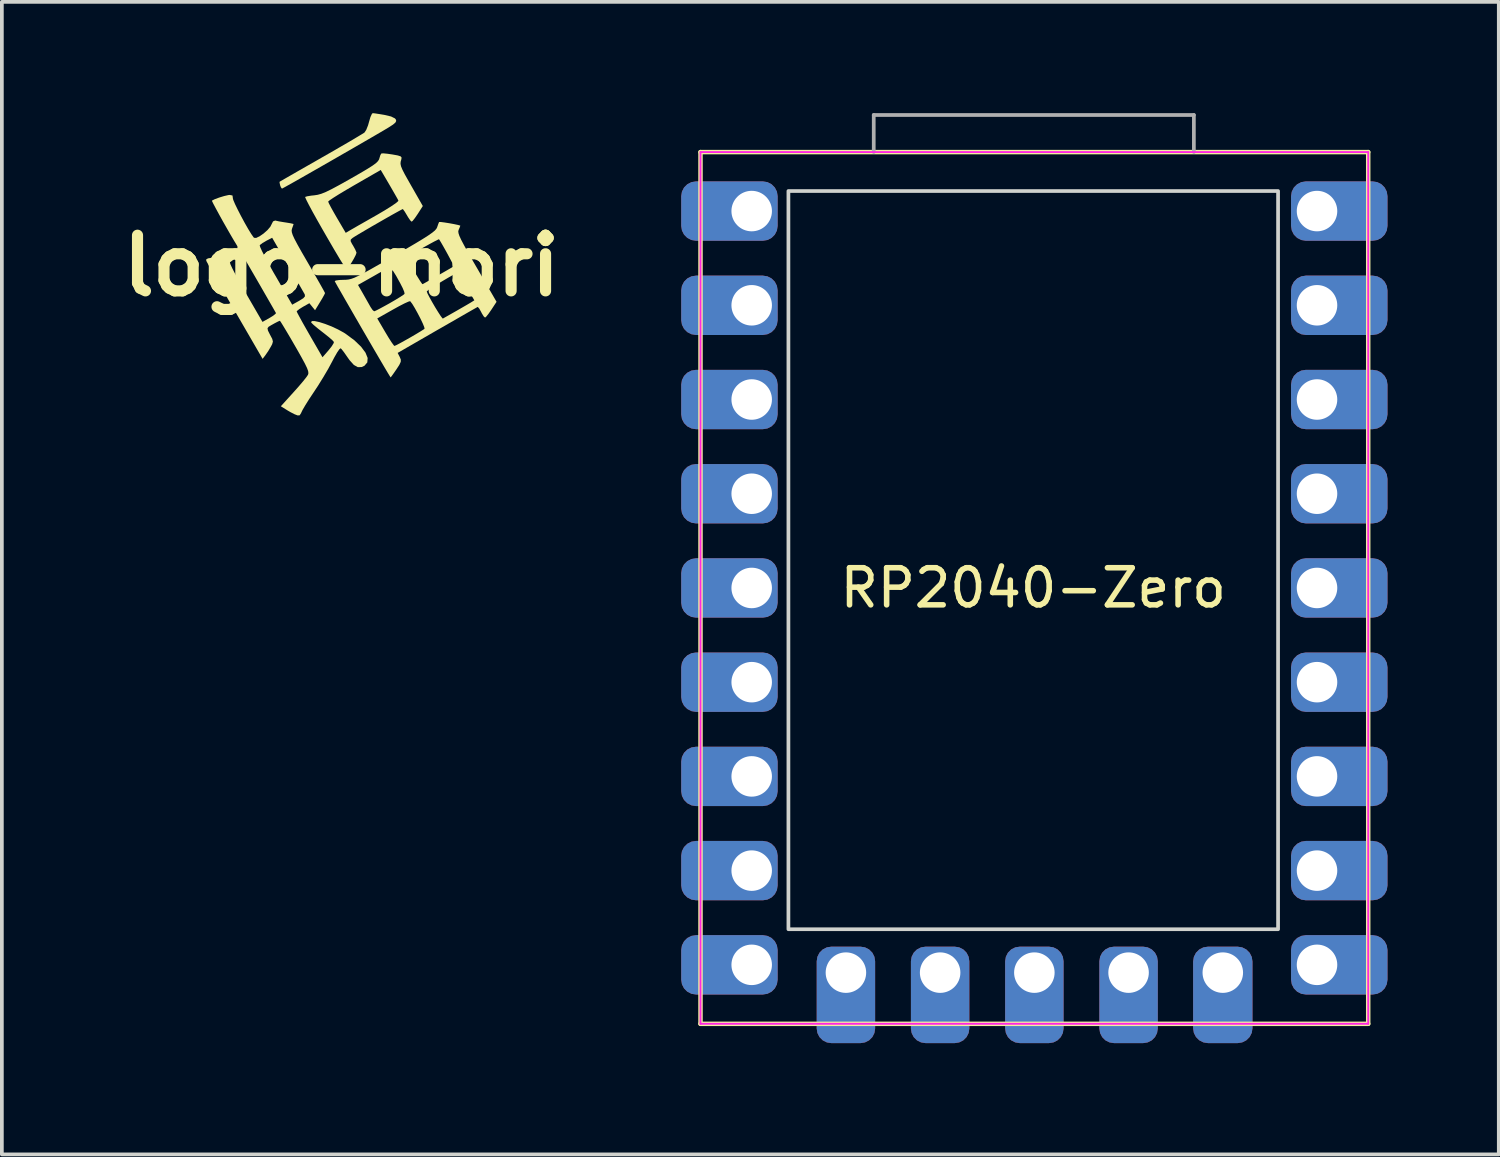
<source format=kicad_pcb>
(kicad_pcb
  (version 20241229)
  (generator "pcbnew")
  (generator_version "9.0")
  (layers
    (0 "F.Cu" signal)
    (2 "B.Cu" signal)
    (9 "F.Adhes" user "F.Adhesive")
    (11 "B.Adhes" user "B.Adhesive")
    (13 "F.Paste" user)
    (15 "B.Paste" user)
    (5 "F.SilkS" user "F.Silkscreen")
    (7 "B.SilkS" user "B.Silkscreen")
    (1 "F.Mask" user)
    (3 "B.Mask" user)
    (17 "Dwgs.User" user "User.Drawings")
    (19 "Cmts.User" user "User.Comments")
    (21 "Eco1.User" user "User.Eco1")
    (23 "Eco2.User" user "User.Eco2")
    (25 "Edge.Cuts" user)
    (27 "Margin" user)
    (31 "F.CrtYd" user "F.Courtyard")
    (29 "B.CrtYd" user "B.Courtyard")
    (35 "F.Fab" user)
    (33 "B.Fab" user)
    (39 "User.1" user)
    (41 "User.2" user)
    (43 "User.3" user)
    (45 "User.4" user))
  (footprint "RP2040-Zero"
    (layer "F.Cu")
    (at 24.804 12.8)
    (property "Reference" "RP2040-Zero" (at 0 0 0) (layer "F.SilkS") (effects (font (size 1 1) (thickness 0.15))))
    (attr through_hole)
    (fp_line (start -8.97 -11.75) (end -8.97 11.75) (stroke (width 0.12) (type solid)) (layer "F.SilkS"))
    (fp_line (start -8.97 11.75) (end 9.03 11.75) (stroke (width 0.12) (type solid)) (layer "F.SilkS"))
    (fp_line (start 9.03 -11.75) (end -8.97 -11.75) (stroke (width 0.12) (type solid)) (layer "F.SilkS"))
    (fp_line (start 9.03 11.75) (end 9.03 -11.75) (stroke (width 0.12) (type solid)) (layer "F.SilkS"))
    (fp_rect (start -6.6 -10.7) (end 6.6 9.2) (stroke (width 0.1) (type default)) (fill no) (layer "Edge.Cuts"))
    (fp_line (start -8.97 -11.75) (end 9.03 -11.75) (stroke (width 0.05) (type solid)) (layer "F.CrtYd"))
    (fp_line (start -8.97 11.75) (end -8.97 -11.75) (stroke (width 0.05) (type solid)) (layer "F.CrtYd"))
    (fp_line (start 9.03 -11.75) (end 9.03 11.75) (stroke (width 0.05) (type solid)) (layer "F.CrtYd"))
    (fp_line (start 9.03 11.75) (end -8.97 11.75) (stroke (width 0.05) (type solid)) (layer "F.CrtYd"))
    (fp_line (start -4.3 -12.75) (end -4.3 -11.75) (stroke (width 0.1) (type solid)) (layer "F.Fab"))
    (fp_line (start -4.3 -12.75) (end 4.33 -12.75) (stroke (width 0.1) (type solid)) (layer "F.Fab"))
    (fp_line (start 4.33 -12.75) (end 4.33 -11.75) (stroke (width 0.1) (type solid)) (layer "F.Fab"))
    (pad "1" thru_hole roundrect (at 7.65 -10.16) (size 2.6 1.6) (drill 1.092 (offset 0.6 0)) (layers "*.Cu" "*.Mask") (roundrect_rratio 0.25))
    (pad "2" thru_hole roundrect (at 7.65 -7.62) (size 2.6 1.6) (drill 1.092 (offset 0.6 0)) (layers "*.Cu" "*.Mask") (roundrect_rratio 0.25))
    (pad "3" thru_hole roundrect (at 7.65 -5.08) (size 2.6 1.6) (drill 1.092 (offset 0.6 0)) (layers "*.Cu" "*.Mask") (roundrect_rratio 0.25))
    (pad "4" thru_hole roundrect (at 7.65 -2.54) (size 2.6 1.6) (drill 1.092 (offset 0.6 0)) (layers "*.Cu" "*.Mask") (roundrect_rratio 0.25))
    (pad "5" thru_hole roundrect (at 7.65 0) (size 2.6 1.6) (drill 1.092 (offset 0.6 0)) (layers "*.Cu" "*.Mask") (roundrect_rratio 0.25))
    (pad "6" thru_hole roundrect (at 7.65 2.54) (size 2.6 1.6) (drill 1.092 (offset 0.6 0)) (layers "*.Cu" "*.Mask") (roundrect_rratio 0.25))
    (pad "7" thru_hole roundrect (at 7.65 5.08) (size 2.6 1.6) (drill 1.092 (offset 0.6 0)) (layers "*.Cu" "*.Mask") (roundrect_rratio 0.25))
    (pad "8" thru_hole roundrect (at 7.65 7.62) (size 2.6 1.6) (drill 1.092 (offset 0.6 0)) (layers "*.Cu" "*.Mask") (roundrect_rratio 0.25))
    (pad "9" thru_hole roundrect (at 7.65 10.16) (size 2.6 1.6) (drill 1.092 (offset 0.6 0)) (layers "*.Cu" "*.Mask") (roundrect_rratio 0.25))
    (pad "10" thru_hole roundrect (at 5.11 10.37) (size 1.6 2.6) (drill 1.092 (offset 0 0.6)) (layers "*.Cu" "*.Mask") (roundrect_rratio 0.25))
    (pad "11" thru_hole roundrect (at 2.57 10.37) (size 1.575 2.6) (drill 1.092 (offset 0 0.6)) (layers "*.Cu" "*.Mask") (roundrect_rratio 0.25))
    (pad "12" thru_hole roundrect (at 0.03 10.37) (size 1.575 2.6) (drill 1.092 (offset 0 0.6)) (layers "*.Cu" "*.Mask") (roundrect_rratio 0.25))
    (pad "13" thru_hole roundrect (at -2.51 10.37) (size 1.575 2.6) (drill 1.092 (offset 0 0.6)) (layers "*.Cu" "*.Mask") (roundrect_rratio 0.25))
    (pad "14" thru_hole roundrect (at -5.05 10.37) (size 1.575 2.6) (drill 1.092 (offset 0 0.6)) (layers "*.Cu" "*.Mask") (roundrect_rratio 0.25))
    (pad "15" thru_hole roundrect (at -7.59 10.16) (size 2.6 1.6) (drill 1.092 (offset -0.6 0)) (layers "*.Cu" "*.Mask") (roundrect_rratio 0.25))
    (pad "16" thru_hole roundrect (at -7.59 7.62) (size 2.6 1.6) (drill 1.092 (offset -0.6 0)) (layers "*.Cu" "*.Mask") (roundrect_rratio 0.25))
    (pad "17" thru_hole roundrect (at -7.59 5.08) (size 2.6 1.6) (drill 1.092 (offset -0.6 0)) (layers "*.Cu" "*.Mask") (roundrect_rratio 0.25))
    (pad "18" thru_hole roundrect (at -7.59 2.54) (size 2.6 1.6) (drill 1.092 (offset -0.6 0)) (layers "*.Cu" "*.Mask") (roundrect_rratio 0.25))
    (pad "19" thru_hole roundrect (at -7.59 -10.16) (size 2.6 1.6) (drill 1.092 (offset -0.6 0)) (layers "*.Cu" "*.Mask") (roundrect_rratio 0.25))
    (pad "20" thru_hole roundrect (at -7.59 -7.62) (size 2.6 1.6) (drill 1.092 (offset -0.6 0)) (layers "*.Cu" "*.Mask") (roundrect_rratio 0.25))
    (pad "21" thru_hole roundrect (at -7.59 -5.08) (size 2.6 1.6) (drill 1.092 (offset -0.6 0)) (layers "*.Cu" "*.Mask") (roundrect_rratio 0.25))
    (pad "22" thru_hole roundrect (at -7.59 0) (size 2.6 1.6) (drill 1.092 (offset -0.6 0)) (layers "*.Cu" "*.Mask") (roundrect_rratio 0.25))
    (pad "23" thru_hole roundrect (at -7.59 -2.54) (size 2.6 1.6) (drill 1.092 (offset -0.6 0)) (layers "*.Cu" "*.Mask") (roundrect_rratio 0.25)))
  (footprint "logo-mori"
    (layer "F.Cu")
    (at 6.157 4.113)
    (property "Reference" "logo-mori" (at 0 0 0) (layer "F.SilkS") (effects (font (size 1.5 1.5) (thickness 0.3))))
    (attr board_only exclude_from_pos_files exclude_from_bom)
    (fp_poly (pts (xy 0.902 -4.106) (xy 1.021 -4.088) (xy 1.153 -4.066) (xy 1.335 -4.023) (xy 1.44 -3.971) (xy 1.464 -3.942) (xy 1.474 -3.902) (xy 1.452 -3.859) (xy 1.388 -3.804) (xy 1.269 -3.727) (xy 1.113 -3.634) (xy 0.885 -3.501) (xy 0.626 -3.351) (xy 0.346 -3.189) (xy 0.054 -3.021) (xy -0.241 -2.851) (xy -0.529 -2.686) (xy -0.802 -2.53) (xy -1.049 -2.389) (xy -1.262 -2.268) (xy -1.432 -2.173) (xy -1.549 -2.108) (xy -1.604 -2.079) (xy -1.606 -2.078) (xy -1.634 -2.113) (xy -1.655 -2.166) (xy -1.671 -2.24) (xy -1.668 -2.265) (xy -1.629 -2.287) (xy -1.526 -2.347) (xy -1.367 -2.438) (xy -1.162 -2.556) (xy -0.92 -2.694) (xy -0.65 -2.848) (xy -0.551 -2.905) (xy -0.271 -3.065) (xy -0.012 -3.215) (xy 0.216 -3.347) (xy 0.401 -3.457) (xy 0.536 -3.538) (xy 0.61 -3.584) (xy 0.619 -3.591) (xy 0.666 -3.662) (xy 0.715 -3.785) (xy 0.742 -3.881) (xy 0.779 -4.007) (xy 0.818 -4.092) (xy 0.841 -4.113)) (stroke (width 0) (type solid)) (fill yes) (layer "F.SilkS"))
    (fp_poly (pts (xy 1.24 -3.018) (xy 1.371 -2.999) (xy 1.515 -2.973) (xy 1.593 -2.948) (xy 1.619 -2.916) (xy 1.612 -2.866) (xy 1.594 -2.803) (xy 1.59 -2.745) (xy 1.604 -2.679) (xy 1.641 -2.589) (xy 1.706 -2.462) (xy 1.806 -2.284) (xy 1.884 -2.147) (xy 2.191 -1.609) (xy 2.056 -1.398) (xy 1.979 -1.286) (xy 1.918 -1.209) (xy 1.89 -1.187) (xy 1.853 -1.221) (xy 1.795 -1.306) (xy 1.765 -1.357) (xy 1.704 -1.458) (xy 1.66 -1.519) (xy 1.65 -1.527) (xy 1.607 -1.506) (xy 1.506 -1.451) (xy 1.36 -1.37) (xy 1.184 -1.27) (xy 0.993 -1.16) (xy 0.799 -1.049) (xy 0.619 -0.943) (xy 0.466 -0.853) (xy 0.354 -0.785) (xy 0.3 -0.75) (xy 0.251 -0.708) (xy 0.244 -0.665) (xy 0.28 -0.592) (xy 0.311 -0.542) (xy 0.369 -0.437) (xy 0.401 -0.36) (xy 0.403 -0.347) (xy 0.382 -0.287) (xy 0.331 -0.188) (xy 0.266 -0.078) (xy 0.201 0.019) (xy 0.152 0.077) (xy 0.141 0.083) (xy 0.106 0.051) (xy 0.043 -0.037) (xy -0.034 -0.159) (xy -0.201 -0.44) (xy -0.364 -0.72) (xy -0.519 -0.989) (xy -0.661 -1.239) (xy -0.783 -1.458) (xy -0.88 -1.639) (xy -0.926 -1.729) (xy -0.36 -1.729) (xy -0.34 -1.679) (xy -0.285 -1.573) (xy -0.204 -1.428) (xy -0.124 -1.289) (xy 0.113 -0.886) (xy 0.247 -0.965) (xy 0.331 -1.013) (xy 0.471 -1.094) (xy 0.653 -1.197) (xy 0.858 -1.314) (xy 0.967 -1.376) (xy 1.164 -1.492) (xy 1.331 -1.596) (xy 1.455 -1.68) (xy 1.523 -1.737) (xy 1.533 -1.755) (xy 1.505 -1.81) (xy 1.443 -1.919) (xy 1.358 -2.067) (xy 1.286 -2.191) (xy 1.057 -2.581) (xy 0.348 -2.173) (xy 0.129 -2.045) (xy -0.063 -1.93) (xy -0.216 -1.834) (xy -0.319 -1.765) (xy -0.36 -1.73) (xy -0.36 -1.729) (xy -0.926 -1.729) (xy -0.947 -1.77) (xy -0.979 -1.843) (xy -0.98 -1.854) (xy -0.927 -1.871) (xy -0.818 -1.889) (xy -0.732 -1.898) (xy -0.642 -1.912) (xy -0.543 -1.94) (xy -0.423 -1.988) (xy -0.27 -2.063) (xy -0.072 -2.169) (xy 0.184 -2.312) (xy 0.242 -2.345) (xy 0.502 -2.494) (xy 0.696 -2.609) (xy 0.835 -2.697) (xy 0.928 -2.765) (xy 0.983 -2.82) (xy 1.012 -2.867) (xy 1.019 -2.891) (xy 1.047 -2.982) (xy 1.074 -3.026) (xy 1.128 -3.029)) (stroke (width 0) (type solid)) (fill yes) (layer "F.SilkS"))
    (fp_poly (pts (xy 2.772 -1.166) (xy 2.9 -1.146) (xy 3.031 -1.122) (xy 3.139 -1.099) (xy 3.198 -1.082) (xy 3.202 -1.079) (xy 3.186 -1.034) (xy 3.157 -0.966) (xy 3.147 -0.928) (xy 3.153 -0.877) (xy 3.177 -0.803) (xy 3.226 -0.697) (xy 3.303 -0.551) (xy 3.412 -0.354) (xy 3.558 -0.099) (xy 3.646 0.052) (xy 4.179 0.973) (xy 4.04 1.185) (xy 3.961 1.298) (xy 3.898 1.376) (xy 3.869 1.399) (xy 3.832 1.365) (xy 3.779 1.279) (xy 3.765 1.25) (xy 3.714 1.158) (xy 3.675 1.113) (xy 3.668 1.112) (xy 3.626 1.136) (xy 3.52 1.196) (xy 3.359 1.288) (xy 3.154 1.406) (xy 2.912 1.545) (xy 2.644 1.699) (xy 2.577 1.737) (xy 1.513 2.351) (xy 1.57 2.462) (xy 1.598 2.53) (xy 1.596 2.592) (xy 1.557 2.675) (xy 1.481 2.792) (xy 1.402 2.906) (xy 1.345 2.985) (xy 1.323 3.011) (xy 1.3 2.975) (xy 1.239 2.875) (xy 1.146 2.718) (xy 1.025 2.512) (xy 0.881 2.266) (xy 0.72 1.989) (xy 0.571 1.733) (xy 0.398 1.433) (xy 0.391 1.422) (xy 0.963 1.422) (xy 1.18 1.792) (xy 1.273 1.947) (xy 1.353 2.071) (xy 1.408 2.146) (xy 1.426 2.163) (xy 1.473 2.143) (xy 1.577 2.089) (xy 1.719 2.01) (xy 1.831 1.947) (xy 1.991 1.854) (xy 2.124 1.774) (xy 2.213 1.718) (xy 2.238 1.7) (xy 2.23 1.655) (xy 2.19 1.557) (xy 2.127 1.425) (xy 2.052 1.281) (xy 1.975 1.142) (xy 1.907 1.03) (xy 1.857 0.964) (xy 1.848 0.956) (xy 1.802 0.969) (xy 1.698 1.016) (xy 1.552 1.091) (xy 1.391 1.18) (xy 0.963 1.422) (xy 0.391 1.422) (xy 0.238 1.156) (xy 0.096 0.91) (xy -0.021 0.705) (xy -0.111 0.549) (xy -0.128 0.518) (xy 0.444 0.518) (xy 0.581 0.757) (xy 0.664 0.904) (xy 0.74 1.038) (xy 0.782 1.113) (xy 0.837 1.194) (xy 0.879 1.229) (xy 0.88 1.229) (xy 0.928 1.21) (xy 1.033 1.156) (xy 1.177 1.078) (xy 1.294 1.013) (xy 1.456 0.919) (xy 1.588 0.838) (xy 1.675 0.78) (xy 1.699 0.758) (xy 1.691 0.706) (xy 1.686 0.693) (xy 2.298 0.693) (xy 2.317 0.747) (xy 2.369 0.848) (xy 2.442 0.979) (xy 2.524 1.12) (xy 2.606 1.253) (xy 2.675 1.359) (xy 2.721 1.418) (xy 2.732 1.425) (xy 2.777 1.399) (xy 2.878 1.342) (xy 3.016 1.264) (xy 3.074 1.231) (xy 3.232 1.14) (xy 3.372 1.059) (xy 3.469 1.002) (xy 3.486 0.992) (xy 3.58 0.933) (xy 3.365 0.562) (xy 3.275 0.406) (xy 3.202 0.28) (xy 3.155 0.202) (xy 3.144 0.183) (xy 3.104 0.197) (xy 3.011 0.246) (xy 2.881 0.32) (xy 2.732 0.408) (xy 2.582 0.499) (xy 2.448 0.584) (xy 2.349 0.65) (xy 2.3 0.689) (xy 2.298 0.693) (xy 1.686 0.693) (xy 1.648 0.602) (xy 1.58 0.469) (xy 1.573 0.456) (xy 1.471 0.272) (xy 1.396 0.152) (xy 1.33 0.089) (xy 1.253 0.081) (xy 1.148 0.121) (xy 0.996 0.205) (xy 0.876 0.274) (xy 0.444 0.518) (xy -0.128 0.518) (xy -0.166 0.45) (xy -0.184 0.418) (xy -0.153 0.399) (xy -0.06 0.385) (xy 0.049 0.381) (xy 0.122 0.379) (xy 0.189 0.372) (xy 0.261 0.355) (xy 0.346 0.324) (xy 0.455 0.273) (xy 0.597 0.2) (xy 0.781 0.098) (xy 1.017 -0.036) (xy 1.314 -0.207) (xy 1.358 -0.232) (xy 1.766 -0.232) (xy 1.778 -0.191) (xy 1.823 -0.098) (xy 1.892 0.029) (xy 1.971 0.17) (xy 2.052 0.305) (xy 2.122 0.417) (xy 2.17 0.486) (xy 2.185 0.498) (xy 2.229 0.474) (xy 2.33 0.417) (xy 2.473 0.336) (xy 2.609 0.258) (xy 2.773 0.164) (xy 2.908 0.086) (xy 2.997 0.034) (xy 3.026 0.016) (xy 3.012 -0.021) (xy 2.966 -0.113) (xy 2.899 -0.239) (xy 2.822 -0.381) (xy 2.745 -0.518) (xy 2.679 -0.633) (xy 2.634 -0.704) (xy 2.627 -0.714) (xy 2.59 -0.698) (xy 2.497 -0.651) (xy 2.366 -0.58) (xy 2.215 -0.496) (xy 2.062 -0.41) (xy 1.925 -0.331) (xy 1.821 -0.269) (xy 1.768 -0.233) (xy 1.766 -0.232) (xy 1.358 -0.232) (xy 1.417 -0.266) (xy 1.74 -0.453) (xy 1.997 -0.604) (xy 2.195 -0.724) (xy 2.342 -0.818) (xy 2.446 -0.891) (xy 2.515 -0.948) (xy 2.556 -0.995) (xy 2.578 -1.037) (xy 2.578 -1.039) (xy 2.61 -1.131) (xy 2.63 -1.178) (xy 2.63 -1.179) (xy 2.673 -1.179)) (stroke (width 0) (type solid)) (fill yes) (layer "F.SilkS"))
    (fp_poly (pts (xy -2.94 -1.893) (xy -2.931 -1.837) (xy -2.933 -1.831) (xy -2.919 -1.774) (xy -2.871 -1.661) (xy -2.797 -1.509) (xy -2.708 -1.336) (xy -2.612 -1.158) (xy -2.518 -0.993) (xy -2.435 -0.857) (xy -2.372 -0.767) (xy -2.359 -0.753) (xy -2.302 -0.749) (xy -2.209 -0.793) (xy -2.101 -0.868) (xy -1.997 -0.96) (xy -1.919 -1.052) (xy -1.894 -1.101) (xy -1.846 -1.195) (xy -1.788 -1.218) (xy -1.771 -1.214) (xy -1.685 -1.195) (xy -1.555 -1.173) (xy -1.495 -1.164) (xy -1.378 -1.145) (xy -1.305 -1.128) (xy -1.293 -1.122) (xy -1.307 -1.077) (xy -1.335 -0.998) (xy -1.345 -0.954) (xy -1.34 -0.901) (xy -1.316 -0.826) (xy -1.268 -0.721) (xy -1.19 -0.574) (xy -1.079 -0.376) (xy -0.929 -0.117) (xy -0.911 -0.086) (xy -0.775 0.149) (xy -0.655 0.359) (xy -0.556 0.533) (xy -0.485 0.66) (xy -0.449 0.729) (xy -0.445 0.739) (xy -0.466 0.784) (xy -0.519 0.88) (xy -0.58 0.981) (xy -0.714 1.2) (xy -0.791 1.105) (xy -0.867 1.011) (xy -1.038 1.107) (xy -1.139 1.17) (xy -1.2 1.219) (xy -1.209 1.233) (xy -1.188 1.278) (xy -1.132 1.383) (xy -1.048 1.536) (xy -0.942 1.723) (xy -0.861 1.865) (xy -0.513 2.468) (xy -0.353 2.284) (xy -0.268 2.177) (xy -0.215 2.092) (xy -0.205 2.057) (xy -0.243 2.013) (xy -0.332 1.934) (xy -0.457 1.834) (xy -0.511 1.792) (xy -0.646 1.686) (xy -0.752 1.597) (xy -0.812 1.538) (xy -0.82 1.527) (xy -0.801 1.493) (xy -0.722 1.493) (xy -0.597 1.52) (xy -0.441 1.57) (xy -0.268 1.637) (xy -0.095 1.718) (xy 0.065 1.806) (xy 0.111 1.836) (xy 0.347 2.011) (xy 0.526 2.183) (xy 0.646 2.344) (xy 0.704 2.487) (xy 0.695 2.607) (xy 0.618 2.697) (xy 0.541 2.732) (xy 0.438 2.735) (xy 0.332 2.675) (xy 0.215 2.545) (xy 0.144 2.444) (xy 0.065 2.331) (xy 0.002 2.25) (xy -0.024 2.225) (xy -0.057 2.25) (xy -0.117 2.337) (xy -0.194 2.471) (xy -0.252 2.582) (xy -0.356 2.775) (xy -0.491 3.005) (xy -0.638 3.242) (xy -0.759 3.425) (xy -0.878 3.604) (xy -0.978 3.764) (xy -1.051 3.889) (xy -1.087 3.963) (xy -1.088 3.969) (xy -1.129 4.033) (xy -1.184 4.036) (xy -1.267 4.004) (xy -1.385 3.943) (xy -1.451 3.904) (xy -1.636 3.789) (xy -1.293 3.41) (xy -1.154 3.254) (xy -1.034 3.113) (xy -0.946 3.002) (xy -0.904 2.94) (xy -0.893 2.898) (xy -0.9 2.841) (xy -0.93 2.758) (xy -0.988 2.638) (xy -1.079 2.47) (xy -1.207 2.243) (xy -1.252 2.166) (xy -1.376 1.951) (xy -1.487 1.764) (xy -1.576 1.616) (xy -1.636 1.519) (xy -1.662 1.484) (xy -1.709 1.503) (xy -1.798 1.549) (xy -1.897 1.604) (xy -1.967 1.647) (xy -1.995 1.685) (xy -1.984 1.748) (xy -1.929 1.858) (xy -1.926 1.863) (xy -1.868 1.973) (xy -1.85 2.044) (xy -1.869 2.114) (xy -1.901 2.175) (xy -1.975 2.3) (xy -2.051 2.41) (xy -2.051 2.411) (xy -2.128 2.511) (xy -2.875 1.222) (xy -3.05 0.919) (xy -3.211 0.638) (xy -3.355 0.387) (xy -3.476 0.176) (xy -3.568 0.012) (xy -3.623 -0.088) (xy -3.009 -0.088) (xy -2.996 -0.04) (xy -2.946 0.068) (xy -2.864 0.228) (xy -2.757 0.426) (xy -2.63 0.652) (xy -2.583 0.734) (xy -2.131 1.515) (xy -1.944 1.41) (xy -1.839 1.345) (xy -1.777 1.294) (xy -1.768 1.276) (xy -1.793 1.232) (xy -1.853 1.126) (xy -1.943 0.969) (xy -2.056 0.773) (xy -2.185 0.548) (xy -2.225 0.479) (xy -2.67 -0.289) (xy -2.827 -0.209) (xy -2.931 -0.149) (xy -3 -0.098) (xy -3.009 -0.088) (xy -3.623 -0.088) (xy -3.627 -0.094) (xy -3.647 -0.134) (xy -3.647 -0.172) (xy -3.599 -0.198) (xy -3.489 -0.216) (xy -3.416 -0.223) (xy -3.127 -0.285) (xy -2.966 -0.36) (xy -2.855 -0.428) (xy -2.806 -0.476) (xy -2.806 -0.521) (xy -2.822 -0.55) (xy -2.206 -0.55) (xy -2.193 -0.502) (xy -2.143 -0.392) (xy -2.062 -0.233) (xy -1.955 -0.034) (xy -1.828 0.192) (xy -1.781 0.272) (xy -1.33 1.051) (xy -1.142 0.946) (xy -1.031 0.877) (xy -0.985 0.824) (xy -0.992 0.773) (xy -0.993 0.77) (xy -1.026 0.713) (xy -1.093 0.595) (xy -1.189 0.428) (xy -1.306 0.225) (xy -1.436 -0.000474) (xy -1.451 -0.026) (xy -1.87 -0.753) (xy -2.024 -0.674) (xy -2.128 -0.613) (xy -2.197 -0.561) (xy -2.206 -0.55) (xy -2.822 -0.55) (xy -2.831 -0.565) (xy -2.902 -0.682) (xy -2.993 -0.837) (xy -3.095 -1.015) (xy -3.201 -1.201) (xy -3.301 -1.382) (xy -3.388 -1.542) (xy -3.454 -1.666) (xy -3.49 -1.74) (xy -3.494 -1.754) (xy -3.42 -1.792) (xy -3.299 -1.837) (xy -3.165 -1.878) (xy -3.052 -1.904) (xy -3.014 -1.908)) (stroke (width 0) (type solid)) (fill yes) (layer "F.SilkS")))
  (gr_rect
    (start -3 -3)
    (end 37.354 28.07)
    (stroke (width 0.1) (type default))
    (fill no)
    (layer "Edge.Cuts")))
</source>
